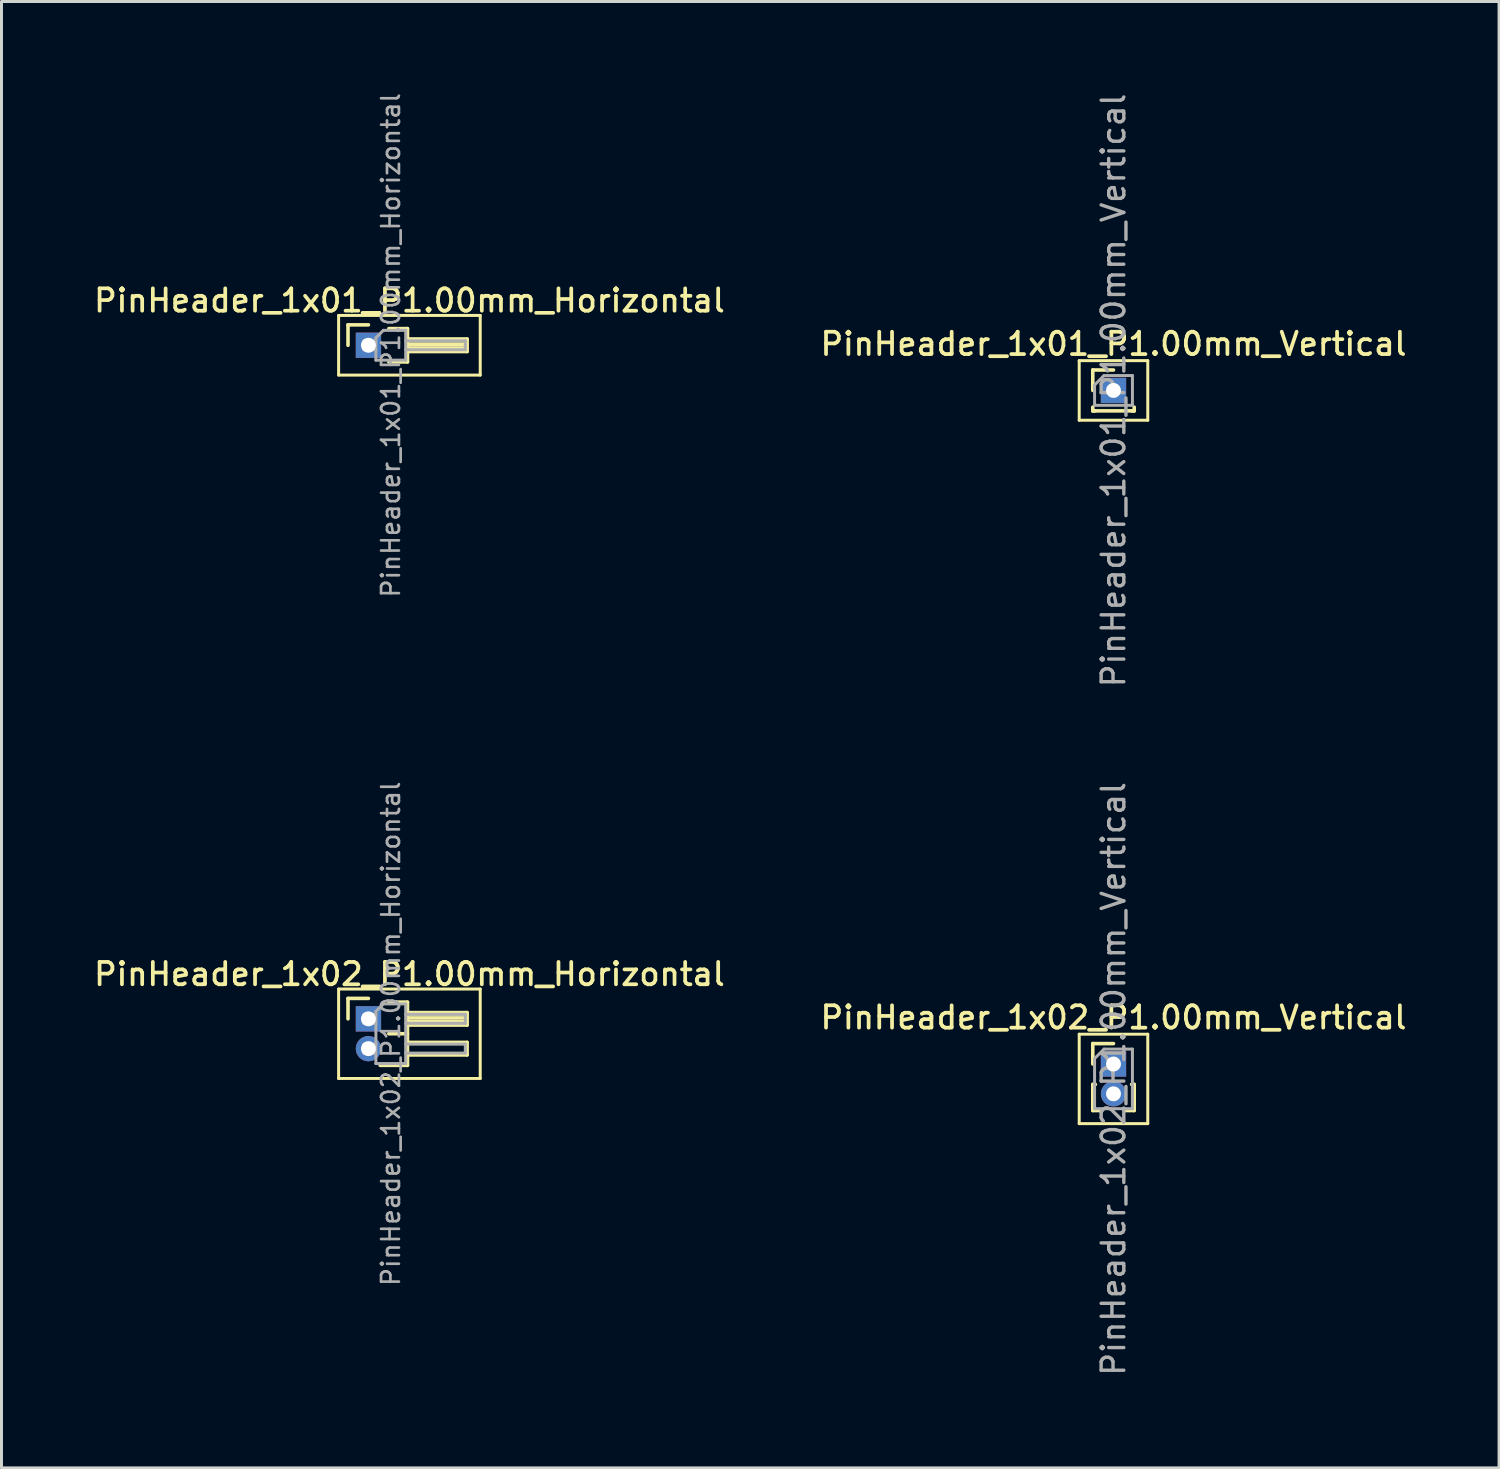
<source format=kicad_pcb>
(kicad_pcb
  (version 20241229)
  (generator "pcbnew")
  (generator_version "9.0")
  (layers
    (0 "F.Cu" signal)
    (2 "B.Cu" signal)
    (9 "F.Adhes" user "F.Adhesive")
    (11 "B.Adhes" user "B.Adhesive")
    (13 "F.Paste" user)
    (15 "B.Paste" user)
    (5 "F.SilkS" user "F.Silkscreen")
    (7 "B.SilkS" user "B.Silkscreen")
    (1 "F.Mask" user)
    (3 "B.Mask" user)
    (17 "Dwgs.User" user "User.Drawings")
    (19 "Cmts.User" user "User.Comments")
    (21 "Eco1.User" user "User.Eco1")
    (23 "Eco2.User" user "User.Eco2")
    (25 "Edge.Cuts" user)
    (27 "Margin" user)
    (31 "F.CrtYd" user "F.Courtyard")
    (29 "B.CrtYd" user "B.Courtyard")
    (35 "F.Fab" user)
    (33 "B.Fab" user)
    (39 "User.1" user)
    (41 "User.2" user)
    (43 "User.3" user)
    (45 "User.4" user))
  (footprint "PinHeader_1x02_P1.00mm_Vertical"
    (layer "F.Cu")
    (at 34.302 32.642)
    (property "Reference" "PinHeader_1x02_P1.00mm_Vertical" (at 0 -1.56 0) (layer "F.SilkS") (effects (font (size 0.75 0.75) (thickness 0.125))))
    (attr through_hole)
    (fp_line (start -1.15 -1) (end -1.15 2) (stroke (width 0.1) (type solid)) (layer "F.SilkS"))
    (fp_line (start -1.15 2) (end 1.15 2) (stroke (width 0.1) (type solid)) (layer "F.SilkS"))
    (fp_line (start -0.695 -0.685) (end 0 -0.685) (stroke (width 0.12) (type solid)) (layer "F.SilkS"))
    (fp_line (start -0.695 0) (end -0.695 -0.685) (stroke (width 0.12) (type solid)) (layer "F.SilkS"))
    (fp_line (start -0.695 0.685) (end -0.695 1.56) (stroke (width 0.12) (type solid)) (layer "F.SilkS"))
    (fp_line (start -0.695 0.685) (end -0.608 0.685) (stroke (width 0.12) (type solid)) (layer "F.SilkS"))
    (fp_line (start -0.695 1.56) (end -0.394 1.56) (stroke (width 0.12) (type solid)) (layer "F.SilkS"))
    (fp_line (start 0.394 1.56) (end 0.695 1.56) (stroke (width 0.12) (type solid)) (layer "F.SilkS"))
    (fp_line (start 0.608 0.685) (end 0.695 0.685) (stroke (width 0.12) (type solid)) (layer "F.SilkS"))
    (fp_line (start 0.695 0.685) (end 0.695 1.56) (stroke (width 0.12) (type solid)) (layer "F.SilkS"))
    (fp_line (start 1.15 -1) (end -1.15 -1) (stroke (width 0.1) (type solid)) (layer "F.SilkS"))
    (fp_line (start 1.15 2) (end 1.15 -1) (stroke (width 0.1) (type solid)) (layer "F.SilkS"))
    (fp_line (start -0.635 -0.182) (end -0.318 -0.5) (stroke (width 0.1) (type solid)) (layer "F.Fab"))
    (fp_line (start -0.635 1.5) (end -0.635 -0.182) (stroke (width 0.1) (type solid)) (layer "F.Fab"))
    (fp_line (start -0.318 -0.5) (end 0.635 -0.5) (stroke (width 0.1) (type solid)) (layer "F.Fab"))
    (fp_line (start 0.635 -0.5) (end 0.635 1.5) (stroke (width 0.1) (type solid)) (layer "F.Fab"))
    (fp_line (start 0.635 1.5) (end -0.635 1.5) (stroke (width 0.1) (type solid)) (layer "F.Fab"))
    (fp_text user "${REFERENCE}" (at 0 0.5 90) (layer "F.Fab") (effects (font (size 0.76 0.76) (thickness 0.114))))
    (pad "1" thru_hole rect (at 0 0) (size 0.85 0.85) (drill 0.5) (layers "*.Cu" "*.Mask"))
    (pad "2" thru_hole oval (at 0 1) (size 0.85 0.85) (drill 0.5) (layers "*.Cu" "*.Mask")))
  (footprint "PinHeader_1x02_P1.00mm_Horizontal"
    (layer "F.Cu")
    (at 9.309 31.127)
    (property "Reference" "PinHeader_1x02_P1.00mm_Horizontal" (at 1.375 -1.5 0) (layer "F.SilkS") (effects (font (size 0.75 0.75) (thickness 0.125))))
    (attr through_hole)
    (fp_line (start -1 -1) (end -1 2) (stroke (width 0.1) (type solid)) (layer "F.SilkS"))
    (fp_line (start -1 2) (end 3.75 2) (stroke (width 0.1) (type solid)) (layer "F.SilkS"))
    (fp_line (start -0.685 -0.685) (end 0 -0.685) (stroke (width 0.12) (type solid)) (layer "F.SilkS"))
    (fp_line (start -0.685 0) (end -0.685 -0.685) (stroke (width 0.12) (type solid)) (layer "F.SilkS"))
    (fp_line (start 0.685 -0.56) (end 1.31 -0.56) (stroke (width 0.12) (type solid)) (layer "F.SilkS"))
    (fp_line (start 0.685 0.5) (end 1.31 0.5) (stroke (width 0.12) (type solid)) (layer "F.SilkS"))
    (fp_line (start 1.31 -0.56) (end 1.31 1.56) (stroke (width 0.12) (type solid)) (layer "F.SilkS"))
    (fp_line (start 1.31 -0.21) (end 3.31 -0.21) (stroke (width 0.12) (type solid)) (layer "F.SilkS"))
    (fp_line (start 1.31 -0.15) (end 3.31 -0.15) (stroke (width 0.12) (type solid)) (layer "F.SilkS"))
    (fp_line (start 1.31 -0.03) (end 3.31 -0.03) (stroke (width 0.12) (type solid)) (layer "F.SilkS"))
    (fp_line (start 1.31 0.09) (end 3.31 0.09) (stroke (width 0.12) (type solid)) (layer "F.SilkS"))
    (fp_line (start 1.31 0.79) (end 3.31 0.79) (stroke (width 0.12) (type solid)) (layer "F.SilkS"))
    (fp_line (start 1.31 1.56) (end 0.394 1.56) (stroke (width 0.12) (type solid)) (layer "F.SilkS"))
    (fp_line (start 3.31 -0.21) (end 3.31 0.21) (stroke (width 0.12) (type solid)) (layer "F.SilkS"))
    (fp_line (start 3.31 0.21) (end 1.31 0.21) (stroke (width 0.12) (type solid)) (layer "F.SilkS"))
    (fp_line (start 3.31 0.79) (end 3.31 1.21) (stroke (width 0.12) (type solid)) (layer "F.SilkS"))
    (fp_line (start 3.31 1.21) (end 1.31 1.21) (stroke (width 0.12) (type solid)) (layer "F.SilkS"))
    (fp_line (start 3.75 -1) (end -1 -1) (stroke (width 0.1) (type solid)) (layer "F.SilkS"))
    (fp_line (start 3.75 2) (end 3.75 -1) (stroke (width 0.1) (type solid)) (layer "F.SilkS"))
    (fp_line (start -0.15 -0.15) (end -0.15 0.15) (stroke (width 0.1) (type solid)) (layer "F.Fab"))
    (fp_line (start -0.15 -0.15) (end 0.25 -0.15) (stroke (width 0.1) (type solid)) (layer "F.Fab"))
    (fp_line (start -0.15 0.15) (end 0.25 0.15) (stroke (width 0.1) (type solid)) (layer "F.Fab"))
    (fp_line (start -0.15 0.85) (end -0.15 1.15) (stroke (width 0.1) (type solid)) (layer "F.Fab"))
    (fp_line (start -0.15 0.85) (end 0.25 0.85) (stroke (width 0.1) (type solid)) (layer "F.Fab"))
    (fp_line (start -0.15 1.15) (end 0.25 1.15) (stroke (width 0.1) (type solid)) (layer "F.Fab"))
    (fp_line (start 0.25 -0.25) (end 0.5 -0.5) (stroke (width 0.1) (type solid)) (layer "F.Fab"))
    (fp_line (start 0.25 1.5) (end 0.25 -0.25) (stroke (width 0.1) (type solid)) (layer "F.Fab"))
    (fp_line (start 0.5 -0.5) (end 1.25 -0.5) (stroke (width 0.1) (type solid)) (layer "F.Fab"))
    (fp_line (start 1.25 -0.5) (end 1.25 1.5) (stroke (width 0.1) (type solid)) (layer "F.Fab"))
    (fp_line (start 1.25 -0.15) (end 3.25 -0.15) (stroke (width 0.1) (type solid)) (layer "F.Fab"))
    (fp_line (start 1.25 0.15) (end 3.25 0.15) (stroke (width 0.1) (type solid)) (layer "F.Fab"))
    (fp_line (start 1.25 0.85) (end 3.25 0.85) (stroke (width 0.1) (type solid)) (layer "F.Fab"))
    (fp_line (start 1.25 1.15) (end 3.25 1.15) (stroke (width 0.1) (type solid)) (layer "F.Fab"))
    (fp_line (start 1.25 1.5) (end 0.25 1.5) (stroke (width 0.1) (type solid)) (layer "F.Fab"))
    (fp_line (start 3.25 -0.15) (end 3.25 0.15) (stroke (width 0.1) (type solid)) (layer "F.Fab"))
    (fp_line (start 3.25 0.85) (end 3.25 1.15) (stroke (width 0.1) (type solid)) (layer "F.Fab"))
    (fp_text user "${REFERENCE}" (at 0.75 0.5 90) (layer "F.Fab") (effects (font (size 0.6 0.6) (thickness 0.09))))
    (pad "1" thru_hole rect (at 0 0) (size 0.85 0.85) (drill 0.5) (layers "*.Cu" "*.Mask"))
    (pad "2" thru_hole oval (at 0 1) (size 0.85 0.85) (drill 0.5) (layers "*.Cu" "*.Mask")))
  (footprint "PinHeader_1x01_P1.00mm_Horizontal"
    (layer "F.Cu")
    (at 9.309 8.532)
    (property "Reference" "PinHeader_1x01_P1.00mm_Horizontal" (at 1.375 -1.5 0) (layer "F.SilkS") (effects (font (size 0.75 0.75) (thickness 0.125))))
    (attr through_hole)
    (fp_line (start -1 -1) (end -1 1) (stroke (width 0.1) (type solid)) (layer "F.SilkS"))
    (fp_line (start -1 1) (end 3.75 1) (stroke (width 0.1) (type solid)) (layer "F.SilkS"))
    (fp_line (start -0.685 -0.685) (end 0 -0.685) (stroke (width 0.12) (type solid)) (layer "F.SilkS"))
    (fp_line (start -0.685 0) (end -0.685 -0.685) (stroke (width 0.12) (type solid)) (layer "F.SilkS"))
    (fp_line (start 0.685 -0.56) (end 1.31 -0.56) (stroke (width 0.12) (type solid)) (layer "F.SilkS"))
    (fp_line (start 1.31 -0.56) (end 1.31 0.56) (stroke (width 0.12) (type solid)) (layer "F.SilkS"))
    (fp_line (start 1.31 -0.21) (end 3.31 -0.21) (stroke (width 0.12) (type solid)) (layer "F.SilkS"))
    (fp_line (start 1.31 -0.15) (end 3.31 -0.15) (stroke (width 0.12) (type solid)) (layer "F.SilkS"))
    (fp_line (start 1.31 -0.03) (end 3.31 -0.03) (stroke (width 0.12) (type solid)) (layer "F.SilkS"))
    (fp_line (start 1.31 0.09) (end 3.31 0.09) (stroke (width 0.12) (type solid)) (layer "F.SilkS"))
    (fp_line (start 1.31 0.56) (end 0.685 0.56) (stroke (width 0.12) (type solid)) (layer "F.SilkS"))
    (fp_line (start 3.31 -0.21) (end 3.31 0.21) (stroke (width 0.12) (type solid)) (layer "F.SilkS"))
    (fp_line (start 3.31 0.21) (end 1.31 0.21) (stroke (width 0.12) (type solid)) (layer "F.SilkS"))
    (fp_line (start 3.75 -1) (end -1 -1) (stroke (width 0.1) (type solid)) (layer "F.SilkS"))
    (fp_line (start 3.75 1) (end 3.75 -1) (stroke (width 0.1) (type solid)) (layer "F.SilkS"))
    (fp_line (start -0.15 -0.15) (end -0.15 0.15) (stroke (width 0.1) (type solid)) (layer "F.Fab"))
    (fp_line (start -0.15 -0.15) (end 0.25 -0.15) (stroke (width 0.1) (type solid)) (layer "F.Fab"))
    (fp_line (start -0.15 0.15) (end 0.25 0.15) (stroke (width 0.1) (type solid)) (layer "F.Fab"))
    (fp_line (start 0.25 -0.25) (end 0.5 -0.5) (stroke (width 0.1) (type solid)) (layer "F.Fab"))
    (fp_line (start 0.25 0.5) (end 0.25 -0.25) (stroke (width 0.1) (type solid)) (layer "F.Fab"))
    (fp_line (start 0.5 -0.5) (end 1.25 -0.5) (stroke (width 0.1) (type solid)) (layer "F.Fab"))
    (fp_line (start 1.25 -0.5) (end 1.25 0.5) (stroke (width 0.1) (type solid)) (layer "F.Fab"))
    (fp_line (start 1.25 -0.15) (end 3.25 -0.15) (stroke (width 0.1) (type solid)) (layer "F.Fab"))
    (fp_line (start 1.25 0.15) (end 3.25 0.15) (stroke (width 0.1) (type solid)) (layer "F.Fab"))
    (fp_line (start 1.25 0.5) (end 0.25 0.5) (stroke (width 0.1) (type solid)) (layer "F.Fab"))
    (fp_line (start 3.25 -0.15) (end 3.25 0.15) (stroke (width 0.1) (type solid)) (layer "F.Fab"))
    (fp_text user "${REFERENCE}" (at 0.75 0 90) (layer "F.Fab") (effects (font (size 0.6 0.6) (thickness 0.09))))
    (pad "1" thru_hole rect (at 0 0) (size 0.85 0.85) (drill 0.5) (layers "*.Cu" "*.Mask")))
  (footprint "PinHeader_1x01_P1.00mm_Vertical"
    (layer "F.Cu")
    (at 34.302 10.047)
    (property "Reference" "PinHeader_1x01_P1.00mm_Vertical" (at 0 -1.56 0) (layer "F.SilkS") (effects (font (size 0.75 0.75) (thickness 0.125))))
    (attr through_hole)
    (fp_line (start -1.15 -1) (end -1.15 1) (stroke (width 0.1) (type solid)) (layer "F.SilkS"))
    (fp_line (start -1.15 1) (end 1.15 1) (stroke (width 0.1) (type solid)) (layer "F.SilkS"))
    (fp_line (start -0.695 -0.685) (end 0 -0.685) (stroke (width 0.12) (type solid)) (layer "F.SilkS"))
    (fp_line (start -0.695 0) (end -0.695 -0.685) (stroke (width 0.12) (type solid)) (layer "F.SilkS"))
    (fp_line (start -0.695 0.685) (end -0.695 0.56) (stroke (width 0.12) (type solid)) (layer "F.SilkS"))
    (fp_line (start -0.695 0.685) (end -0.608 0.685) (stroke (width 0.12) (type solid)) (layer "F.SilkS"))
    (fp_line (start -0.695 0.685) (end 0.695 0.685) (stroke (width 0.12) (type solid)) (layer "F.SilkS"))
    (fp_line (start 0.608 0.685) (end 0.695 0.685) (stroke (width 0.12) (type solid)) (layer "F.SilkS"))
    (fp_line (start 0.695 0.685) (end 0.695 0.56) (stroke (width 0.12) (type solid)) (layer "F.SilkS"))
    (fp_line (start 1.15 -1) (end -1.15 -1) (stroke (width 0.1) (type solid)) (layer "F.SilkS"))
    (fp_line (start 1.15 1) (end 1.15 -1) (stroke (width 0.1) (type solid)) (layer "F.SilkS"))
    (fp_line (start -0.635 -0.182) (end -0.318 -0.5) (stroke (width 0.1) (type solid)) (layer "F.Fab"))
    (fp_line (start -0.635 0.5) (end -0.635 -0.182) (stroke (width 0.1) (type solid)) (layer "F.Fab"))
    (fp_line (start -0.318 -0.5) (end 0.635 -0.5) (stroke (width 0.1) (type solid)) (layer "F.Fab"))
    (fp_line (start 0.635 -0.5) (end 0.635 0.5) (stroke (width 0.1) (type solid)) (layer "F.Fab"))
    (fp_line (start 0.635 0.5) (end -0.635 0.5) (stroke (width 0.1) (type solid)) (layer "F.Fab"))
    (fp_text user "${REFERENCE}" (at 0 0 90) (layer "F.Fab") (effects (font (size 0.76 0.76) (thickness 0.114))))
    (pad "1" thru_hole rect (at 0 0) (size 0.85 0.85) (drill 0.5) (layers "*.Cu" "*.Mask")))
  (gr_rect
    (start -3 -3)
    (end 47.236 46.19)
    (stroke (width 0.1) (type default))
    (fill no)
    (layer "Edge.Cuts")))
</source>
